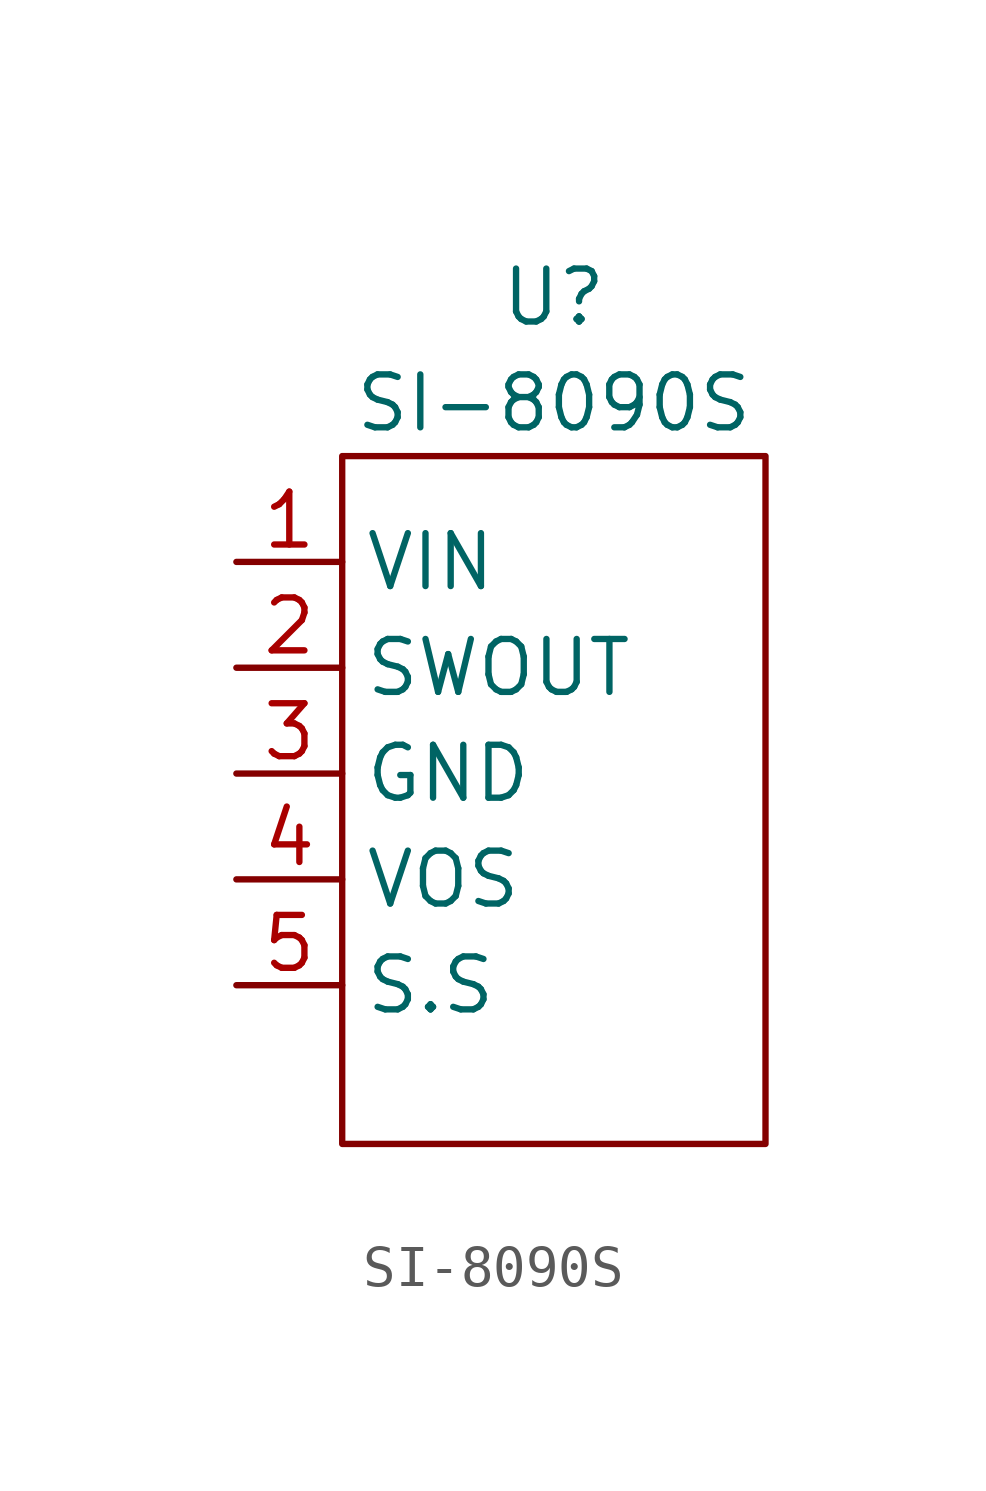
<source format=kicad_sym>
(kicad_symbol_lib
  (version 20211014)
  (generator kicad_symbol_editor)
  (symbol "SI-8090S"
    (property "Reference" "U"
      (at 0 12.7 0)
      (effects (font (size 1.27 1.27))))
    (property "Value" "SI-8090S"
      (at 0 10.16 0)
      (effects (font (size 1.27 1.27))))
    (symbol "SI-8090S_0_1"
      (rectangle (start -5.08 8.89) (end 5.08 -7.62) (stroke (width 0) (type default) (color 0 0 0 0)) (fill (type none))))
    (symbol "SI-8090S_1_1"
      (pin power_in line (at -7.62 6.35 0) (length 2.54) (name "VIN" (effects (font (size 1.27 1.27)))) (number "1" (effects (font (size 1.27 1.27)))))
      (pin power_out line (at -7.62 3.81 0) (length 2.54) (name "SWOUT" (effects (font (size 1.27 1.27)))) (number "2" (effects (font (size 1.27 1.27)))))
      (pin power_out line (at -7.62 1.27 0) (length 2.54) (name "GND" (effects (font (size 1.27 1.27)))) (number "3" (effects (font (size 1.27 1.27)))))
      (pin unspecified line (at -7.62 -1.27 0) (length 2.54) (name "VOS" (effects (font (size 1.27 1.27)))) (number "4" (effects (font (size 1.27 1.27)))))
      (pin unspecified line (at -7.62 -3.81 0) (length 2.54) (name "S.S" (effects (font (size 1.27 1.27)))) (number "5" (effects (font (size 1.27 1.27))))))))
</source>
